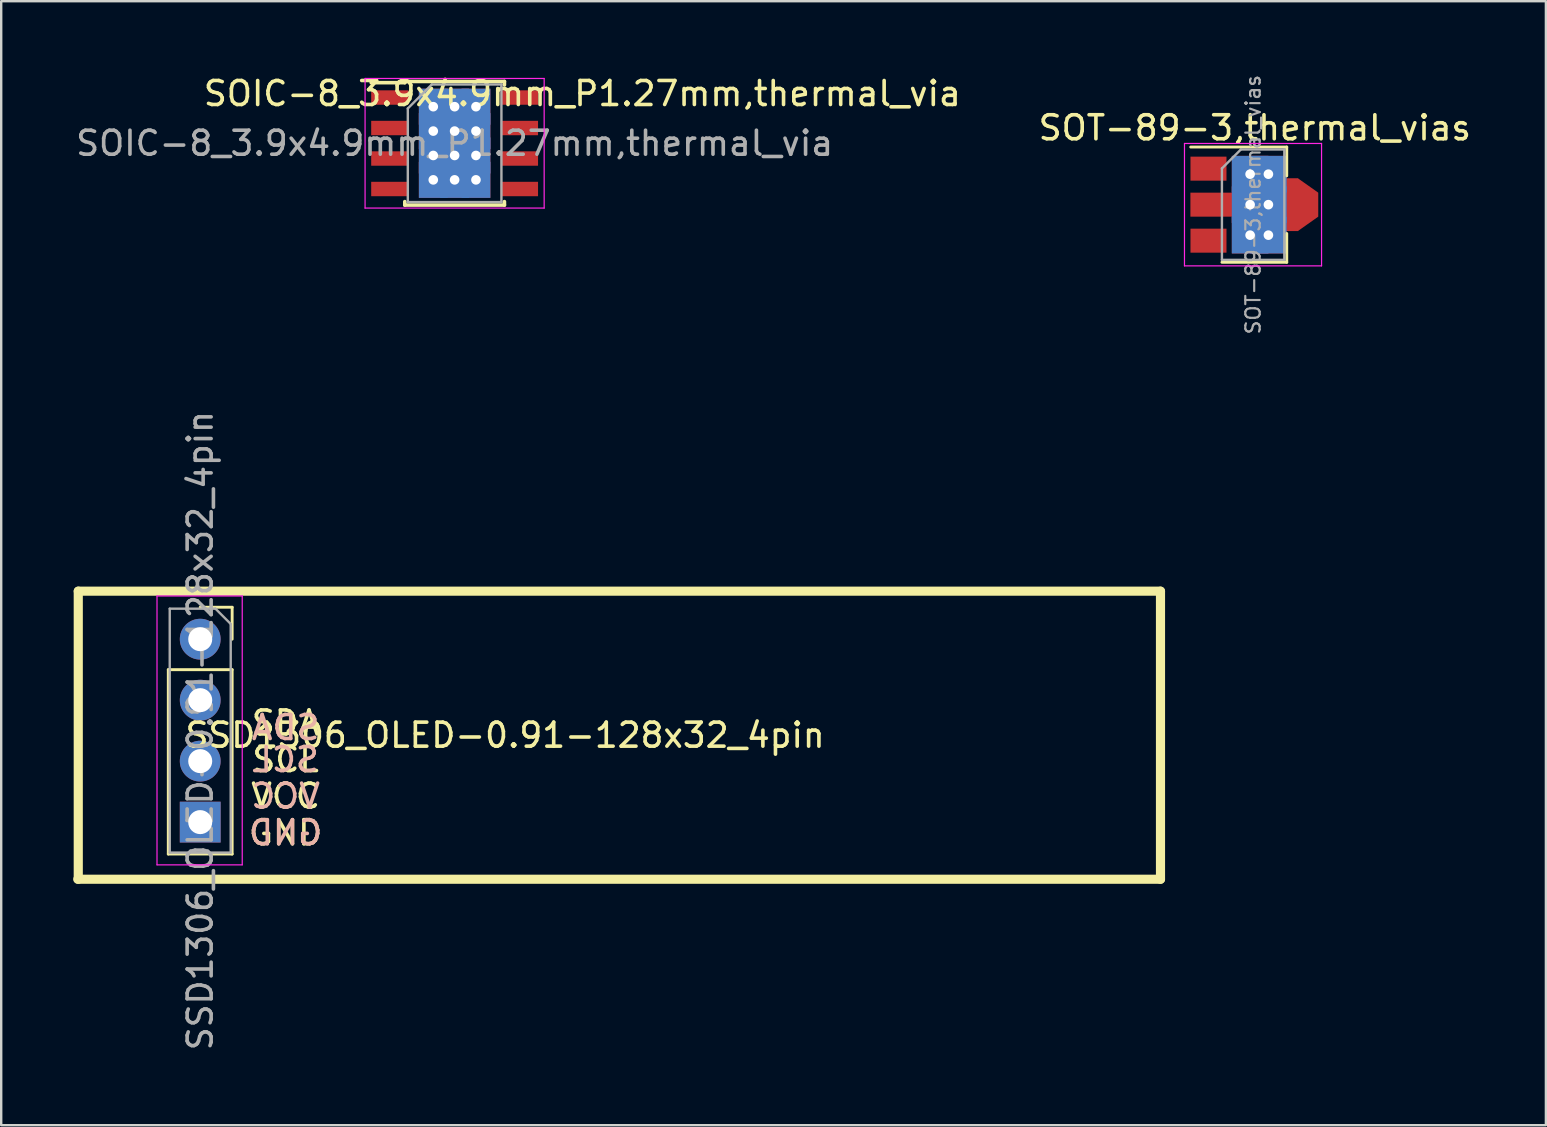
<source format=kicad_pcb>
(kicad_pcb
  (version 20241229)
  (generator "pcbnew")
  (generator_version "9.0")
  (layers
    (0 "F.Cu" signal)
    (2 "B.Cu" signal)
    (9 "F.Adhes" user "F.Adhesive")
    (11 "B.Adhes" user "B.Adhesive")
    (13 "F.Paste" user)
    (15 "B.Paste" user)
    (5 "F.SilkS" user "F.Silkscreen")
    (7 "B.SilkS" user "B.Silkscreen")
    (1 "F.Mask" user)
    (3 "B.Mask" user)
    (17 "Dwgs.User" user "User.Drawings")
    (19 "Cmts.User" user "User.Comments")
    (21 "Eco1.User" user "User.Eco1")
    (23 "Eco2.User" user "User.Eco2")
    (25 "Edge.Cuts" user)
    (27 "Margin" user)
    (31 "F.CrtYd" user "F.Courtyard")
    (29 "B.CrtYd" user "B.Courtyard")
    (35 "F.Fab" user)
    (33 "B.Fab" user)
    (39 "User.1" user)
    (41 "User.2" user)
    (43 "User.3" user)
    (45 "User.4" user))
  (footprint "SOIC-8_3.9x4.9mm_P1.27mm,thermal_via"
    (layer "F.Cu")
    (at 15.887 2.918)
    (property "Reference" "SOIC-8_3.9x4.9mm_P1.27mm,thermal_via" (at 5.32 -2.07 0) (layer "F.SilkS") (effects (font (size 1 1) (thickness 0.15))))
    (attr smd)
    (fp_line (start -2.075 -2.575) (end -2.075 -2.525) (stroke (width 0.15) (type solid)) (layer "F.SilkS"))
    (fp_line (start -2.075 -2.575) (end 2.075 -2.575) (stroke (width 0.15) (type solid)) (layer "F.SilkS"))
    (fp_line (start -2.075 -2.525) (end -3.475 -2.525) (stroke (width 0.15) (type solid)) (layer "F.SilkS"))
    (fp_line (start -2.075 2.575) (end -2.075 2.43) (stroke (width 0.15) (type solid)) (layer "F.SilkS"))
    (fp_line (start -2.075 2.575) (end 2.075 2.575) (stroke (width 0.15) (type solid)) (layer "F.SilkS"))
    (fp_line (start 2.075 -2.575) (end 2.075 -2.43) (stroke (width 0.15) (type solid)) (layer "F.SilkS"))
    (fp_line (start 2.075 2.575) (end 2.075 2.43) (stroke (width 0.15) (type solid)) (layer "F.SilkS"))
    (fp_line (start -3.73 -2.7) (end -3.73 2.7) (stroke (width 0.05) (type solid)) (layer "F.CrtYd"))
    (fp_line (start -3.73 -2.7) (end 3.73 -2.7) (stroke (width 0.05) (type solid)) (layer "F.CrtYd"))
    (fp_line (start -3.73 2.7) (end 3.73 2.7) (stroke (width 0.05) (type solid)) (layer "F.CrtYd"))
    (fp_line (start 3.73 -2.7) (end 3.73 2.7) (stroke (width 0.05) (type solid)) (layer "F.CrtYd"))
    (fp_line (start -1.95 -1.45) (end -0.95 -2.45) (stroke (width 0.1) (type solid)) (layer "F.Fab"))
    (fp_line (start -1.95 2.45) (end -1.95 -1.45) (stroke (width 0.1) (type solid)) (layer "F.Fab"))
    (fp_line (start -0.95 -2.45) (end 1.95 -2.45) (stroke (width 0.1) (type solid)) (layer "F.Fab"))
    (fp_line (start 1.95 -2.45) (end 1.95 2.45) (stroke (width 0.1) (type solid)) (layer "F.Fab"))
    (fp_line (start 1.95 2.45) (end -1.95 2.45) (stroke (width 0.1) (type solid)) (layer "F.Fab"))
    (fp_text user "${REFERENCE}" (at 0 0 0) (layer "F.Fab") (effects (font (size 1 1) (thickness 0.15))))
    (pad "" thru_hole rect (at -0.889 -1.524) (size 1.2 1.5) (drill 0.4) (layers "*.Cu" "F.Mask"))
    (pad "" thru_hole rect (at -0.889 -0.508) (size 1.2 1.5) (drill 0.4) (layers "*.Cu" "F.Mask"))
    (pad "" thru_hole rect (at -0.889 0.508) (size 1.2 1.5) (drill 0.4) (layers "*.Cu" "F.Mask"))
    (pad "" thru_hole rect (at -0.889 1.524) (size 1.2 1.5) (drill 0.4) (layers "*.Cu" "F.Mask"))
    (pad "" thru_hole rect (at 0 -1.524) (size 1.2 1.5) (drill 0.4) (layers "*.Cu" "F.Mask"))
    (pad "" thru_hole rect (at 0 -0.508) (size 1.2 1.5) (drill 0.4) (layers "*.Cu" "F.Mask"))
    (pad "" thru_hole rect (at 0 0.508) (size 1.2 1.5) (drill 0.4) (layers "*.Cu" "F.Mask"))
    (pad "" thru_hole rect (at 0 1.524) (size 1.2 1.5) (drill 0.4) (layers "*.Cu" "F.Mask"))
    (pad "" thru_hole rect (at 0.889 -1.524) (size 1.2 1.5) (drill 0.4) (layers "*.Cu" "F.Mask"))
    (pad "" thru_hole rect (at 0.889 -0.508) (size 1.2 1.5) (drill 0.4) (layers "*.Cu" "F.Mask"))
    (pad "" thru_hole rect (at 0.889 0.508) (size 1.2 1.5) (drill 0.4) (layers "*.Cu" "F.Mask"))
    (pad "" thru_hole rect (at 0.889 1.524) (size 1.2 1.5) (drill 0.4) (layers "*.Cu" "F.Mask"))
    (pad "1" smd rect (at -2.7 -1.905) (size 1.55 0.6) (layers "F.Cu" "F.Mask" "F.Paste"))
    (pad "2" smd rect (at -2.7 -0.635) (size 1.55 0.6) (layers "F.Cu" "F.Mask" "F.Paste"))
    (pad "3" smd rect (at -2.7 0.635) (size 1.55 0.6) (layers "F.Cu" "F.Mask" "F.Paste"))
    (pad "4" smd rect (at -2.7 1.905) (size 1.55 0.6) (layers "F.Cu" "F.Mask" "F.Paste"))
    (pad "5" smd rect (at 2.7 1.905) (size 1.55 0.6) (layers "F.Cu" "F.Mask" "F.Paste"))
    (pad "6" smd rect (at 2.7 0.635) (size 1.55 0.6) (layers "F.Cu" "F.Mask" "F.Paste"))
    (pad "7" smd rect (at 2.7 -0.635) (size 1.55 0.6) (layers "F.Cu" "F.Mask" "F.Paste"))
    (pad "8" smd rect (at 2.7 -1.905) (size 1.55 0.6) (layers "F.Cu" "F.Mask" "F.Paste")))
  (footprint "SOT-89-3,thermal_vias"
    (layer "F.Cu")
    (at 48.769 5.475)
    (property "Reference" "SOT-89-3,thermal_vias" (at 0.45 -3.2 0) (layer "F.SilkS") (effects (font (size 1 1) (thickness 0.15))))
    (attr smd)
    (fp_line (start -2.22 -2.4) (end 1.78 -2.4) (stroke (width 0.12) (type solid)) (layer "F.SilkS"))
    (fp_line (start 1.78 -2.4) (end 1.78 -1.2) (stroke (width 0.12) (type solid)) (layer "F.SilkS"))
    (fp_line (start 1.78 1.2) (end 1.78 2.4) (stroke (width 0.12) (type solid)) (layer "F.SilkS"))
    (fp_line (start 1.78 2.4) (end -0.92 2.4) (stroke (width 0.12) (type solid)) (layer "F.SilkS"))
    (fp_line (start -2.48 2.55) (end -2.48 -2.55) (stroke (width 0.05) (type solid)) (layer "F.CrtYd"))
    (fp_line (start -2.48 2.55) (end 3.23 2.55) (stroke (width 0.05) (type solid)) (layer "F.CrtYd"))
    (fp_line (start 3.23 -2.55) (end -2.48 -2.55) (stroke (width 0.05) (type solid)) (layer "F.CrtYd"))
    (fp_line (start 3.23 -2.55) (end 3.23 2.55) (stroke (width 0.05) (type solid)) (layer "F.CrtYd"))
    (fp_line (start -0.92 -1.51) (end -0.13 -2.3) (stroke (width 0.1) (type solid)) (layer "F.Fab"))
    (fp_line (start -0.92 2.3) (end -0.92 -1.51) (stroke (width 0.1) (type solid)) (layer "F.Fab"))
    (fp_line (start -0.13 -2.3) (end 1.68 -2.3) (stroke (width 0.1) (type solid)) (layer "F.Fab"))
    (fp_line (start 1.68 -2.3) (end 1.68 2.3) (stroke (width 0.1) (type solid)) (layer "F.Fab"))
    (fp_line (start 1.68 2.3) (end -0.92 2.3) (stroke (width 0.1) (type solid)) (layer "F.Fab"))
    (fp_text user "${REFERENCE}" (at 0.38 0 90) (layer "F.Fab") (effects (font (size 0.6 0.6) (thickness 0.09))))
    (pad "1" smd rect (at -1.48 -1.5 270) (size 1 1.5) (layers "F.Cu" "F.Mask" "F.Paste"))
    (pad "2" smd rect (at -1.333 0 270) (size 1 1.8) (layers "F.Cu" "F.Mask" "F.Paste"))
    (pad "2" smd trapezoid (at -0.076 0 90) (size 1.5 1) (rect_delta 0 0.7) (layers "F.Cu" "F.Mask" "F.Paste"))
    (pad "2" thru_hole rect (at 0.254 -1.27) (size 1.524 1.524) (drill 0.4) (layers "*.Cu" "F.Mask"))
    (pad "2" thru_hole rect (at 0.254 0) (size 1.524 1.524) (drill 0.4) (layers "*.Cu" "F.Mask"))
    (pad "2" thru_hole rect (at 0.254 1.27) (size 1.524 1.524) (drill 0.4) (layers "*.Cu" "F.Mask"))
    (pad "2" thru_hole rect (at 1.016 -1.27) (size 1.524 1.524) (drill 0.4) (layers "*.Cu" "F.Mask"))
    (pad "2" thru_hole rect (at 1.016 0) (size 1.524 1.524) (drill 0.4) (layers "*.Cu" "F.Mask"))
    (pad "2" thru_hole rect (at 1.016 1.27) (size 1.524 1.524) (drill 0.4) (layers "*.Cu" "F.Mask"))
    (pad "2" smd rect (at 1.333 0 270) (size 2.2 1.84) (layers "F.Cu" "F.Mask" "F.Paste"))
    (pad "2" smd trapezoid (at 2.667 0 270) (size 1.6 0.85) (rect_delta 0 0.6) (layers "F.Cu" "F.Mask" "F.Paste"))
    (pad "3" smd rect (at -1.48 1.5 270) (size 1 1.5) (layers "F.Cu" "F.Mask" "F.Paste")))
  (footprint "SSD1306_OLED-0.91-128x32_4pin"
    (layer "F.Cu")
    (at 5.29 27.575)
    (property "Reference" "SSD1306_OLED-0.91-128x32_4pin" (at 12.7 0 0) (layer "F.SilkS") (effects (font (size 1 1) (thickness 0.15))))
    (attr through_hole)
    (fp_line (start -5.1 6) (end 40 6) (stroke (width 0.381) (type solid)) (layer "F.SilkS"))
    (fp_line (start -5.08 -6) (end 40 -6) (stroke (width 0.381) (type solid)) (layer "F.SilkS"))
    (fp_line (start -5.08 6) (end -5.08 -6) (stroke (width 0.381) (type solid)) (layer "F.SilkS"))
    (fp_line (start -1.33 -2.73) (end -1.33 4.95) (stroke (width 0.12) (type solid)) (layer "F.SilkS"))
    (fp_line (start -1.33 -2.73) (end 1.33 -2.73) (stroke (width 0.12) (type solid)) (layer "F.SilkS"))
    (fp_line (start -1.33 4.95) (end 1.33 4.95) (stroke (width 0.12) (type solid)) (layer "F.SilkS"))
    (fp_line (start 0 -5.33) (end 1.33 -5.33) (stroke (width 0.12) (type solid)) (layer "F.SilkS"))
    (fp_line (start 1.33 -5.33) (end 1.33 -4) (stroke (width 0.12) (type solid)) (layer "F.SilkS"))
    (fp_line (start 1.33 -2.73) (end 1.33 4.95) (stroke (width 0.12) (type solid)) (layer "F.SilkS"))
    (fp_line (start 40 -6) (end 40 6) (stroke (width 0.381) (type solid)) (layer "F.SilkS"))
    (fp_line (start -1.8 -5.8) (end 1.75 -5.8) (stroke (width 0.05) (type solid)) (layer "F.CrtYd"))
    (fp_line (start -1.8 5.4) (end -1.8 -5.8) (stroke (width 0.05) (type solid)) (layer "F.CrtYd"))
    (fp_line (start 1.75 -5.8) (end 1.75 5.4) (stroke (width 0.05) (type solid)) (layer "F.CrtYd"))
    (fp_line (start 1.75 5.4) (end -1.8 5.4) (stroke (width 0.05) (type solid)) (layer "F.CrtYd"))
    (fp_line (start -1.27 -5.27) (end 0.635 -5.27) (stroke (width 0.1) (type solid)) (layer "F.Fab"))
    (fp_line (start -1.27 4.89) (end -1.27 -5.27) (stroke (width 0.1) (type solid)) (layer "F.Fab"))
    (fp_line (start 0.635 -5.27) (end 1.27 -4.635) (stroke (width 0.1) (type solid)) (layer "F.Fab"))
    (fp_line (start 1.27 -4.635) (end 1.27 4.89) (stroke (width 0.1) (type solid)) (layer "F.Fab"))
    (fp_line (start 1.27 4.89) (end -1.27 4.89) (stroke (width 0.1) (type solid)) (layer "F.Fab"))
    (fp_text user "SCL" (at 3.556 1.016 0) (layer "F.SilkS") (effects (font (size 1 1) (thickness 0.15))))
    (fp_text user "GND" (at 3.556 4.064 0) (layer "F.SilkS") (effects (font (size 1 1) (thickness 0.15))))
    (fp_text user "VCC" (at 3.556 2.54 0) (layer "F.SilkS") (effects (font (size 1 1) (thickness 0.15))))
    (fp_text user "SDA" (at 3.556 -0.508 0) (layer "F.SilkS") (effects (font (size 1 1) (thickness 0.15))))
    (fp_text user "SDA" (at 3.556 -0.318 0) (layer "B.SilkS") (effects (font (size 1 1) (thickness 0.15)) (justify mirror)))
    (fp_text user "GND" (at 3.556 4.064 0) (layer "B.SilkS") (effects (font (size 1 1) (thickness 0.15)) (justify mirror)))
    (fp_text user "VCC" (at 3.556 2.54 0) (layer "B.SilkS") (effects (font (size 1 1) (thickness 0.15)) (justify mirror)))
    (fp_text user "SCL" (at 3.556 1.016 0) (layer "B.SilkS") (effects (font (size 1 1) (thickness 0.15)) (justify mirror)))
    (fp_text user "${REFERENCE}" (at 0 -0.19 90) (layer "F.Fab") (effects (font (size 1 1) (thickness 0.15))))
    (pad "GND" thru_hole rect (at 0 3.62) (size 1.7 1.7) (drill 1) (layers "*.Cu" "*.Mask"))
    (pad "SCL" thru_hole oval (at 0 -1.46) (size 1.7 1.7) (drill 1) (layers "*.Cu" "*.Mask"))
    (pad "SDA" thru_hole circle (at 0 -4) (size 1.7 1.7) (drill 1) (layers "*.Cu" "*.Mask"))
    (pad "VCC" thru_hole oval (at 0 1.08) (size 1.7 1.7) (drill 1) (layers "*.Cu" "*.Mask")))
  (gr_rect
    (start -3 -3)
    (end 61.344 43.819)
    (stroke (width 0.1) (type default))
    (fill no)
    (layer "Edge.Cuts")))
</source>
